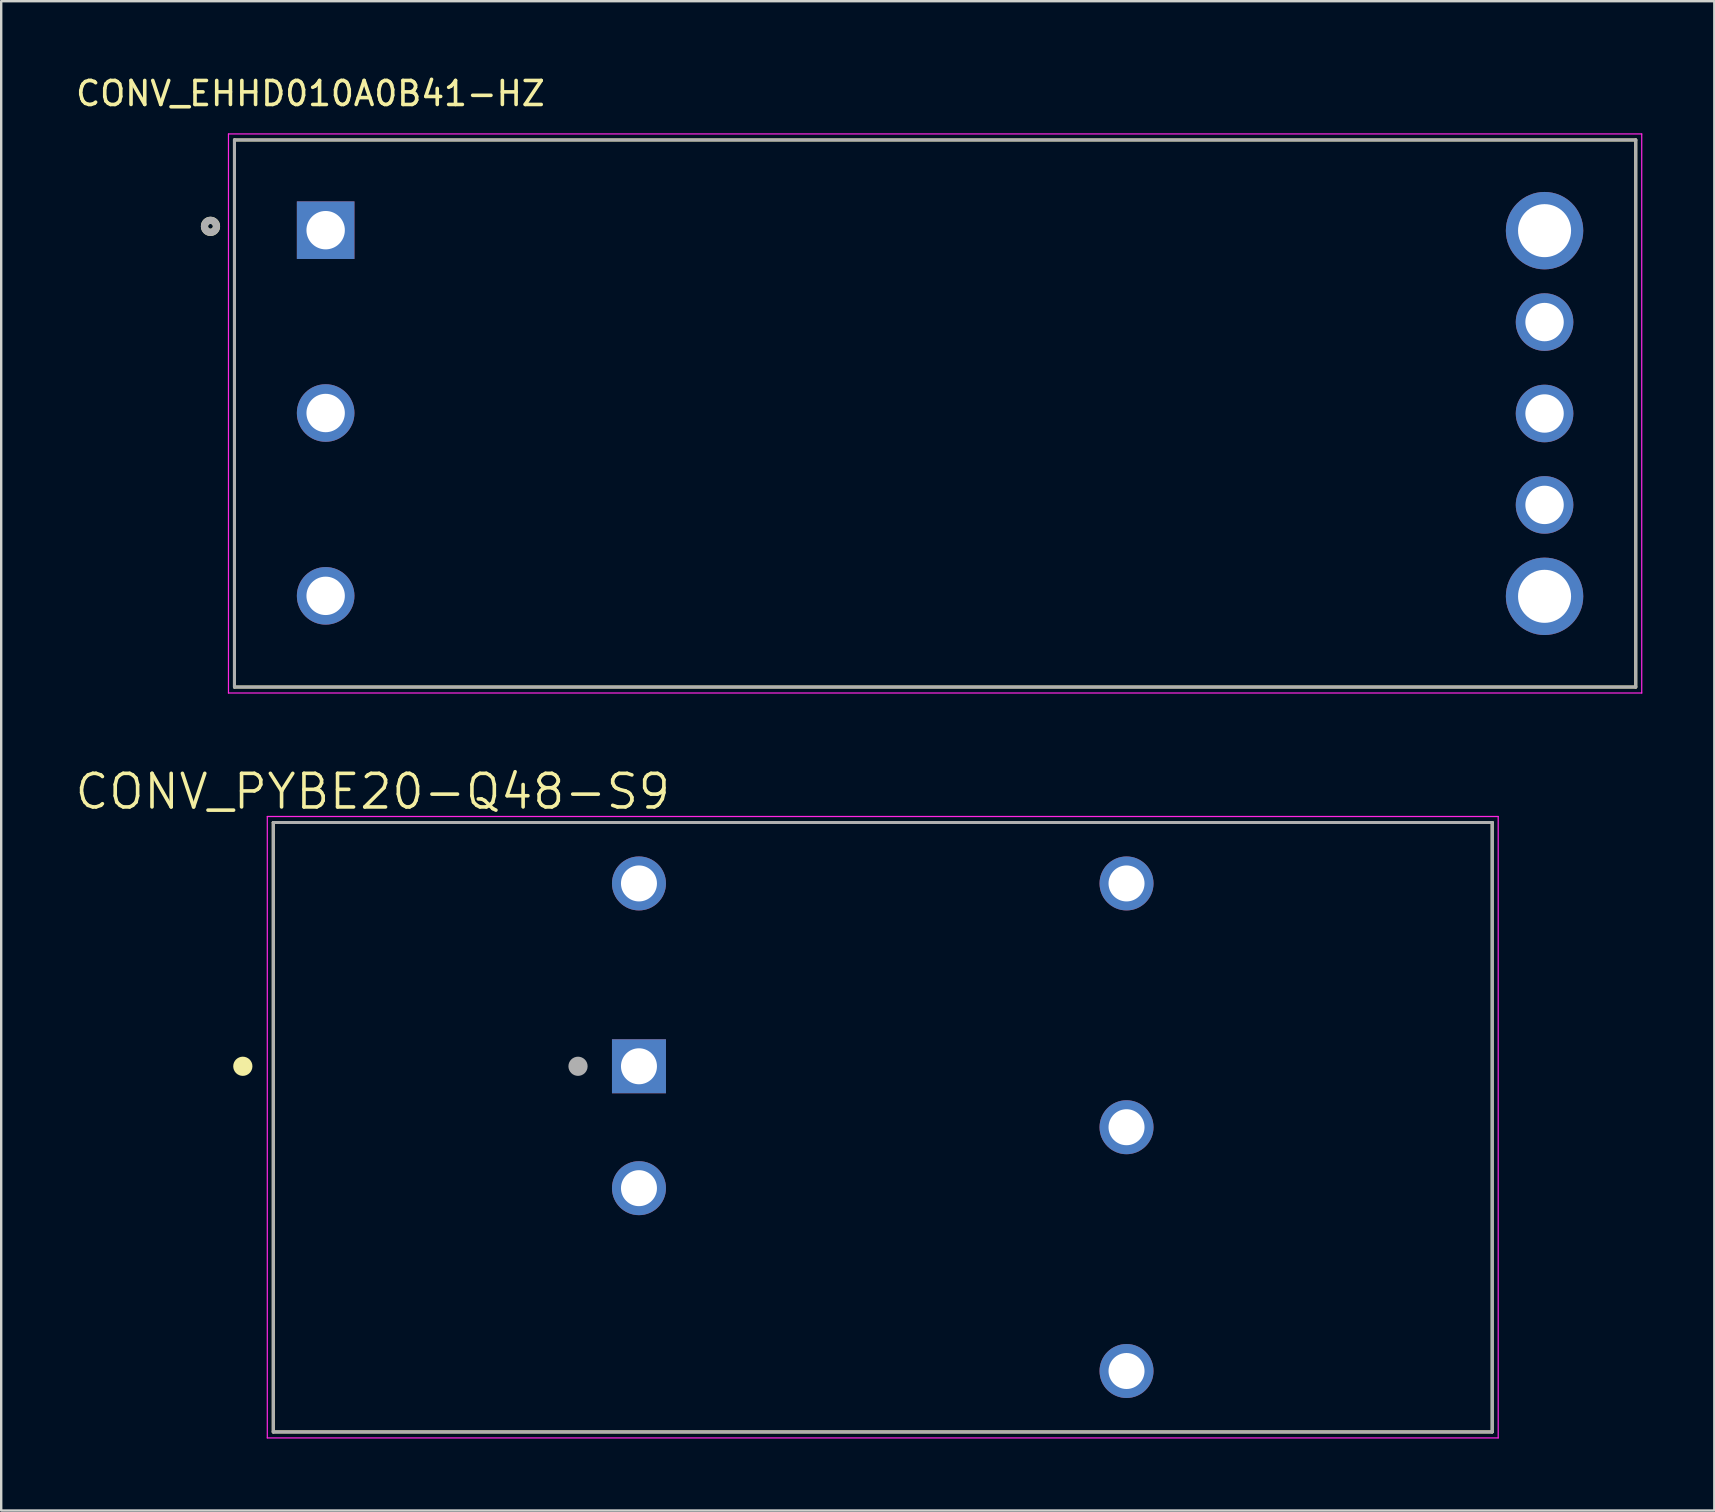
<source format=kicad_pcb>
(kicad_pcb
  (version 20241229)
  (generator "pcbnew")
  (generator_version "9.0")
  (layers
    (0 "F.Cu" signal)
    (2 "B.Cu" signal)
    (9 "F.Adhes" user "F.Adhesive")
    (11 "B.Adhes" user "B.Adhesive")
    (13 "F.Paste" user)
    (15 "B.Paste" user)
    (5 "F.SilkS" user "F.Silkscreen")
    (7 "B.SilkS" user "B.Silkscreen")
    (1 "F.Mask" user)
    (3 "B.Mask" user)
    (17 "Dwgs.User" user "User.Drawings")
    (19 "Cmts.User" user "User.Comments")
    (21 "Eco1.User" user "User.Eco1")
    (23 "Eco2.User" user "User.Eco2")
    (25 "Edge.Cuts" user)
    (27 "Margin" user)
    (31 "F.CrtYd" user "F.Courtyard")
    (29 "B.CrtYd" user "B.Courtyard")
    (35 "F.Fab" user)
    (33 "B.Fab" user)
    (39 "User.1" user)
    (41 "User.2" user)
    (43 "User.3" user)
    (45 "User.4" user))
  (footprint "CONV_EHHD010A0B41-HZ"
    (layer "F.Cu")
    (at 35.922 14.183)
    (property "Reference" "CONV_EHHD010A0B41-HZ" (at -26.035 -13.335 0) (layer "F.SilkS") (effects (font (size 1 1) (thickness 0.15))))
    (attr through_hole)
    (fp_line (start -29.2 -11.4) (end 29.2 -11.4) (stroke (width 0.127) (type solid)) (layer "F.SilkS"))
    (fp_line (start -29.2 11.4) (end -29.2 -11.4) (stroke (width 0.127) (type solid)) (layer "F.SilkS"))
    (fp_line (start 29.2 -11.4) (end 29.2 11.4) (stroke (width 0.127) (type solid)) (layer "F.SilkS"))
    (fp_line (start 29.2 11.4) (end -29.2 11.4) (stroke (width 0.127) (type solid)) (layer "F.SilkS"))
    (fp_circle (center -30.2 -7.8) (end -30.1 -7.8) (stroke (width 0.3) (type solid)) (fill no) (layer "F.SilkS"))
    (fp_line (start -29.45 -11.65) (end 29.45 -11.65) (stroke (width 0.05) (type solid)) (layer "F.CrtYd"))
    (fp_line (start -29.45 11.65) (end -29.45 -11.65) (stroke (width 0.05) (type solid)) (layer "F.CrtYd"))
    (fp_line (start 29.45 -11.65) (end 29.45 11.65) (stroke (width 0.05) (type solid)) (layer "F.CrtYd"))
    (fp_line (start 29.45 11.65) (end -29.45 11.65) (stroke (width 0.05) (type solid)) (layer "F.CrtYd"))
    (fp_line (start -29.2 -11.4) (end 29.2 -11.4) (stroke (width 0.127) (type solid)) (layer "F.Fab"))
    (fp_line (start -29.2 11.4) (end -29.2 -11.4) (stroke (width 0.127) (type solid)) (layer "F.Fab"))
    (fp_line (start 29.2 -11.4) (end 29.2 11.4) (stroke (width 0.127) (type solid)) (layer "F.Fab"))
    (fp_line (start 29.2 11.4) (end -29.2 11.4) (stroke (width 0.127) (type solid)) (layer "F.Fab"))
    (fp_circle (center -30.2 -7.8) (end -30.1 -7.8) (stroke (width 0.3) (type solid)) (fill no) (layer "F.Fab"))
    (pad "1" thru_hole rect (at -25.4 -7.64) (size 2.4 2.4) (drill 1.6) (layers "*.Cu" "*.Mask"))
    (pad "2" thru_hole circle (at -25.4 -0.02) (size 2.4 2.4) (drill 1.6) (layers "*.Cu" "*.Mask"))
    (pad "3" thru_hole circle (at -25.4 7.6) (size 2.4 2.4) (drill 1.6) (layers "*.Cu" "*.Mask"))
    (pad "4" thru_hole circle (at 25.4 7.62) (size 3.226 3.226) (drill 2.21) (layers "*.Cu" "*.Mask"))
    (pad "5" thru_hole circle (at 25.4 3.81) (size 2.4 2.4) (drill 1.6) (layers "*.Cu" "*.Mask"))
    (pad "6" thru_hole circle (at 25.4 0) (size 2.4 2.4) (drill 1.6) (layers "*.Cu" "*.Mask"))
    (pad "7" thru_hole circle (at 25.4 -3.81) (size 2.4 2.4) (drill 1.6) (layers "*.Cu" "*.Mask"))
    (pad "8" thru_hole circle (at 25.4 -7.62) (size 3.226 3.226) (drill 2.21) (layers "*.Cu" "*.Mask"))
    (zone (net_name "") (layer "F.Cu") (hatch full 0.508) (connect_pads) (min_thickness 0.01) (filled_areas_thickness no) (keepout (tracks not_allowed) (vias not_allowed) (pads not_allowed) (copperpour not_allowed) (footprints allowed)) (placement (enabled no)) (fill) (polygon (pts (xy 12.122 2.783) (xy 32.822 2.783) (xy 32.822 11.643) (xy 12.122 11.643))))
    (zone (net_name "") (layer "F.Cu") (hatch full 0.508) (connect_pads) (min_thickness 0.01) (filled_areas_thickness no) (keepout (tracks not_allowed) (vias not_allowed) (pads not_allowed) (copperpour not_allowed) (footprints allowed)) (placement (enabled no)) (fill) (polygon (pts (xy 24.622 2.753) (xy 32.822 2.753) (xy 32.822 25.583) (xy 24.622 25.583))))
    (zone (net_name "") (layer "F.Cu") (hatch full 0.508) (connect_pads) (min_thickness 0.01) (filled_areas_thickness no) (keepout (tracks not_allowed) (vias not_allowed) (pads not_allowed) (copperpour not_allowed) (footprints allowed)) (placement (enabled no)) (fill) (polygon (pts (xy 45.722 2.783) (xy 53.922 2.783) (xy 53.922 25.583) (xy 45.722 25.583))))
    (zone (net_name "") (layers "F.Cu" "B.Cu") (hatch full 0.508) (connect_pads) (min_thickness 0.01) (filled_areas_thickness no) (keepout (tracks allowed) (vias not_allowed) (pads allowed) (copperpour allowed) (footprints allowed)) (placement (enabled no)) (fill) (polygon (pts (xy 12.122 2.783) (xy 32.822 2.783) (xy 32.822 11.643) (xy 12.122 11.643))))
    (zone (net_name "") (layers "F.Cu" "B.Cu") (hatch full 0.508) (connect_pads) (min_thickness 0.01) (filled_areas_thickness no) (keepout (tracks allowed) (vias not_allowed) (pads allowed) (copperpour allowed) (footprints allowed)) (placement (enabled no)) (fill) (polygon (pts (xy 24.622 2.753) (xy 32.822 2.753) (xy 32.822 25.583) (xy 24.622 25.583))))
    (zone (net_name "") (layers "F.Cu" "B.Cu") (hatch full 0.508) (connect_pads) (min_thickness 0.01) (filled_areas_thickness no) (keepout (tracks allowed) (vias not_allowed) (pads allowed) (copperpour allowed) (footprints allowed)) (placement (enabled no)) (fill) (polygon (pts (xy 45.722 2.783) (xy 53.922 2.783) (xy 53.922 25.583) (xy 45.722 25.583)))))
  (footprint "CONV_PYBE20-Q48-S9"
    (layer "F.Cu")
    (at 33.74 43.929)
    (property "Reference" "CONV_PYBE20-Q48-S9" (at -21.255 -13.989 0) (layer "F.SilkS") (effects (font (size 1.4 1.4) (thickness 0.15))))
    (attr through_hole)
    (fp_line (start -25.4 -12.7) (end 25.4 -12.7) (stroke (width 0.127) (type solid)) (layer "F.SilkS"))
    (fp_line (start -25.4 12.7) (end -25.4 -12.7) (stroke (width 0.127) (type solid)) (layer "F.SilkS"))
    (fp_line (start 25.4 -12.7) (end 25.4 12.7) (stroke (width 0.127) (type solid)) (layer "F.SilkS"))
    (fp_line (start 25.4 12.7) (end -25.4 12.7) (stroke (width 0.127) (type solid)) (layer "F.SilkS"))
    (fp_circle (center -26.67 -2.54) (end -26.47 -2.54) (stroke (width 0.4) (type solid)) (fill no) (layer "F.SilkS"))
    (fp_line (start -25.65 -12.95) (end 25.65 -12.95) (stroke (width 0.05) (type solid)) (layer "F.CrtYd"))
    (fp_line (start -25.65 12.95) (end -25.65 -12.95) (stroke (width 0.05) (type solid)) (layer "F.CrtYd"))
    (fp_line (start 25.65 -12.95) (end 25.65 12.95) (stroke (width 0.05) (type solid)) (layer "F.CrtYd"))
    (fp_line (start 25.65 12.95) (end -25.65 12.95) (stroke (width 0.05) (type solid)) (layer "F.CrtYd"))
    (fp_line (start -25.4 -12.7) (end 25.4 -12.7) (stroke (width 0.127) (type solid)) (layer "F.Fab"))
    (fp_line (start -25.4 12.7) (end -25.4 -12.7) (stroke (width 0.127) (type solid)) (layer "F.Fab"))
    (fp_line (start 25.4 -12.7) (end 25.4 12.7) (stroke (width 0.127) (type solid)) (layer "F.Fab"))
    (fp_line (start 25.4 12.7) (end -25.4 12.7) (stroke (width 0.127) (type solid)) (layer "F.Fab"))
    (fp_circle (center -12.7 -2.54) (end -12.5 -2.54) (stroke (width 0.4) (type solid)) (fill no) (layer "F.Fab"))
    (pad "1" thru_hole rect (at -10.16 -2.54) (size 2.25 2.25) (drill 1.5) (layers "*.Cu" "*.Mask"))
    (pad "2" thru_hole circle (at -10.16 2.54) (size 2.25 2.25) (drill 1.5) (layers "*.Cu" "*.Mask"))
    (pad "3" thru_hole circle (at 10.16 10.16) (size 2.25 2.25) (drill 1.5) (layers "*.Cu" "*.Mask"))
    (pad "4" thru_hole circle (at 10.16 0) (size 2.25 2.25) (drill 1.5) (layers "*.Cu" "*.Mask"))
    (pad "5" thru_hole circle (at 10.16 -10.16) (size 2.25 2.25) (drill 1.5) (layers "*.Cu" "*.Mask"))
    (pad "6" thru_hole circle (at -10.16 -10.16) (size 2.25 2.25) (drill 1.5) (layers "*.Cu" "*.Mask")))
  (gr_rect
    (start -3 -3)
    (end 68.397 59.904)
    (stroke (width 0.1) (type default))
    (fill no)
    (layer "Edge.Cuts")))
</source>
